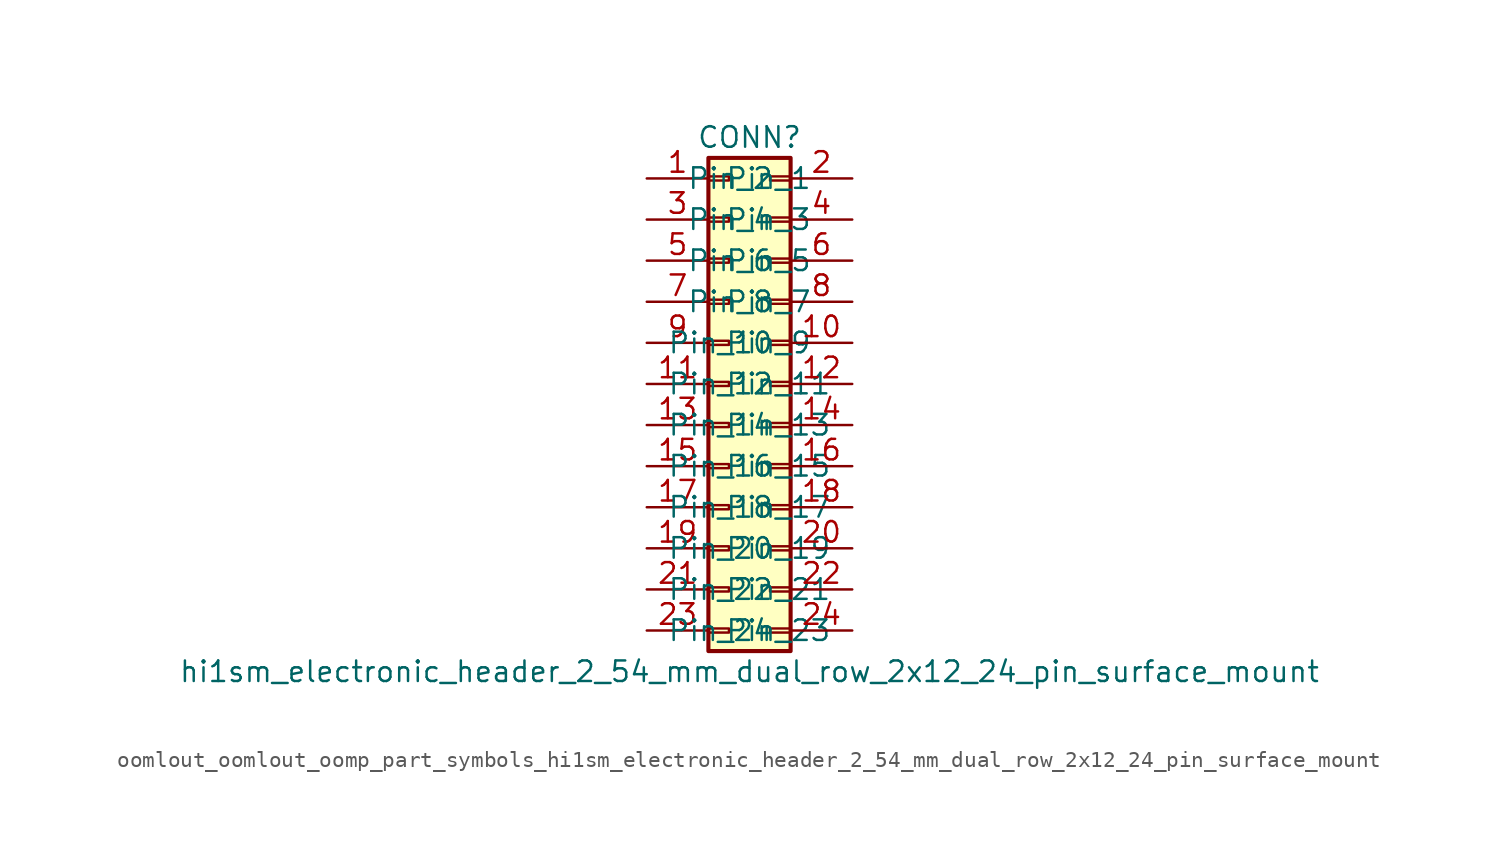
<source format=kicad_sym>
(kicad_symbol_lib
  (version 20220914)
  (generator kicad_symbol_editor)
  (symbol "oomlout_oomlout_oomp_part_symbols_hi1sm_electronic_header_2_54_mm_dual_row_2x12_24_pin_surface_mount"
    (pin_names
      (offset 1.016))
    (property "Reference" "CONN"
      (at 1.27 15.24 0)
      (effects (font (size 1.27 1.27))))
    (property "Value" "hi1sm_electronic_header_2_54_mm_dual_row_2x12_24_pin_surface_mount"
      (at 1.27 -17.78 0)
      (effects (font (size 1.27 1.27))))
    (symbol "oomlout_oomlout_oomp_part_symbols_hi1sm_electronic_header_2_54_mm_dual_row_2x12_24_pin_surface_mount_1_1"
      (rectangle (start -1.27 -15.113) (end 0 -15.367) (stroke (width 0.152) (type default)) (fill (type none)))
      (rectangle (start -1.27 -12.573) (end 0 -12.827) (stroke (width 0.152) (type default)) (fill (type none)))
      (rectangle (start -1.27 -10.033) (end 0 -10.287) (stroke (width 0.152) (type default)) (fill (type none)))
      (rectangle (start -1.27 -7.493) (end 0 -7.747) (stroke (width 0.152) (type default)) (fill (type none)))
      (rectangle (start -1.27 -4.953) (end 0 -5.207) (stroke (width 0.152) (type default)) (fill (type none)))
      (rectangle (start -1.27 -2.413) (end 0 -2.667) (stroke (width 0.152) (type default)) (fill (type none)))
      (rectangle (start -1.27 0.127) (end 0 -0.127) (stroke (width 0.152) (type default)) (fill (type none)))
      (rectangle (start -1.27 2.667) (end 0 2.413) (stroke (width 0.152) (type default)) (fill (type none)))
      (rectangle (start -1.27 5.207) (end 0 4.953) (stroke (width 0.152) (type default)) (fill (type none)))
      (rectangle (start -1.27 7.747) (end 0 7.493) (stroke (width 0.152) (type default)) (fill (type none)))
      (rectangle (start -1.27 10.287) (end 0 10.033) (stroke (width 0.152) (type default)) (fill (type none)))
      (rectangle (start -1.27 12.827) (end 0 12.573) (stroke (width 0.152) (type default)) (fill (type none)))
      (rectangle (start -1.27 13.97) (end 3.81 -16.51) (stroke (width 0.254) (type default)) (fill (type background)))
      (rectangle (start 3.81 -15.113) (end 2.54 -15.367) (stroke (width 0.152) (type default)) (fill (type none)))
      (rectangle (start 3.81 -12.573) (end 2.54 -12.827) (stroke (width 0.152) (type default)) (fill (type none)))
      (rectangle (start 3.81 -10.033) (end 2.54 -10.287) (stroke (width 0.152) (type default)) (fill (type none)))
      (rectangle (start 3.81 -7.493) (end 2.54 -7.747) (stroke (width 0.152) (type default)) (fill (type none)))
      (rectangle (start 3.81 -4.953) (end 2.54 -5.207) (stroke (width 0.152) (type default)) (fill (type none)))
      (rectangle (start 3.81 -2.413) (end 2.54 -2.667) (stroke (width 0.152) (type default)) (fill (type none)))
      (rectangle (start 3.81 0.127) (end 2.54 -0.127) (stroke (width 0.152) (type default)) (fill (type none)))
      (rectangle (start 3.81 2.667) (end 2.54 2.413) (stroke (width 0.152) (type default)) (fill (type none)))
      (rectangle (start 3.81 5.207) (end 2.54 4.953) (stroke (width 0.152) (type default)) (fill (type none)))
      (rectangle (start 3.81 7.747) (end 2.54 7.493) (stroke (width 0.152) (type default)) (fill (type none)))
      (rectangle (start 3.81 10.287) (end 2.54 10.033) (stroke (width 0.152) (type default)) (fill (type none)))
      (rectangle (start 3.81 12.827) (end 2.54 12.573) (stroke (width 0.152) (type default)) (fill (type none)))
      (pin passive line (at -5.08 12.7 0) (length 3.81) (name "Pin_1" (effects (font (size 1.27 1.27)))) (number "1" (effects (font (size 1.27 1.27)))))
      (pin passive line (at 7.62 2.54 180) (length 3.81) (name "Pin_10" (effects (font (size 1.27 1.27)))) (number "10" (effects (font (size 1.27 1.27)))))
      (pin passive line (at -5.08 0 0) (length 3.81) (name "Pin_11" (effects (font (size 1.27 1.27)))) (number "11" (effects (font (size 1.27 1.27)))))
      (pin passive line (at 7.62 0 180) (length 3.81) (name "Pin_12" (effects (font (size 1.27 1.27)))) (number "12" (effects (font (size 1.27 1.27)))))
      (pin passive line (at -5.08 -2.54 0) (length 3.81) (name "Pin_13" (effects (font (size 1.27 1.27)))) (number "13" (effects (font (size 1.27 1.27)))))
      (pin passive line (at 7.62 -2.54 180) (length 3.81) (name "Pin_14" (effects (font (size 1.27 1.27)))) (number "14" (effects (font (size 1.27 1.27)))))
      (pin passive line (at -5.08 -5.08 0) (length 3.81) (name "Pin_15" (effects (font (size 1.27 1.27)))) (number "15" (effects (font (size 1.27 1.27)))))
      (pin passive line (at 7.62 -5.08 180) (length 3.81) (name "Pin_16" (effects (font (size 1.27 1.27)))) (number "16" (effects (font (size 1.27 1.27)))))
      (pin passive line (at -5.08 -7.62 0) (length 3.81) (name "Pin_17" (effects (font (size 1.27 1.27)))) (number "17" (effects (font (size 1.27 1.27)))))
      (pin passive line (at 7.62 -7.62 180) (length 3.81) (name "Pin_18" (effects (font (size 1.27 1.27)))) (number "18" (effects (font (size 1.27 1.27)))))
      (pin passive line (at -5.08 -10.16 0) (length 3.81) (name "Pin_19" (effects (font (size 1.27 1.27)))) (number "19" (effects (font (size 1.27 1.27)))))
      (pin passive line (at 7.62 12.7 180) (length 3.81) (name "Pin_2" (effects (font (size 1.27 1.27)))) (number "2" (effects (font (size 1.27 1.27)))))
      (pin passive line (at 7.62 -10.16 180) (length 3.81) (name "Pin_20" (effects (font (size 1.27 1.27)))) (number "20" (effects (font (size 1.27 1.27)))))
      (pin passive line (at -5.08 -12.7 0) (length 3.81) (name "Pin_21" (effects (font (size 1.27 1.27)))) (number "21" (effects (font (size 1.27 1.27)))))
      (pin passive line (at 7.62 -12.7 180) (length 3.81) (name "Pin_22" (effects (font (size 1.27 1.27)))) (number "22" (effects (font (size 1.27 1.27)))))
      (pin passive line (at -5.08 -15.24 0) (length 3.81) (name "Pin_23" (effects (font (size 1.27 1.27)))) (number "23" (effects (font (size 1.27 1.27)))))
      (pin passive line (at 7.62 -15.24 180) (length 3.81) (name "Pin_24" (effects (font (size 1.27 1.27)))) (number "24" (effects (font (size 1.27 1.27)))))
      (pin passive line (at -5.08 10.16 0) (length 3.81) (name "Pin_3" (effects (font (size 1.27 1.27)))) (number "3" (effects (font (size 1.27 1.27)))))
      (pin passive line (at 7.62 10.16 180) (length 3.81) (name "Pin_4" (effects (font (size 1.27 1.27)))) (number "4" (effects (font (size 1.27 1.27)))))
      (pin passive line (at -5.08 7.62 0) (length 3.81) (name "Pin_5" (effects (font (size 1.27 1.27)))) (number "5" (effects (font (size 1.27 1.27)))))
      (pin passive line (at 7.62 7.62 180) (length 3.81) (name "Pin_6" (effects (font (size 1.27 1.27)))) (number "6" (effects (font (size 1.27 1.27)))))
      (pin passive line (at -5.08 5.08 0) (length 3.81) (name "Pin_7" (effects (font (size 1.27 1.27)))) (number "7" (effects (font (size 1.27 1.27)))))
      (pin passive line (at 7.62 5.08 180) (length 3.81) (name "Pin_8" (effects (font (size 1.27 1.27)))) (number "8" (effects (font (size 1.27 1.27)))))
      (pin passive line (at -5.08 2.54 0) (length 3.81) (name "Pin_9" (effects (font (size 1.27 1.27)))) (number "9" (effects (font (size 1.27 1.27))))))))
</source>
